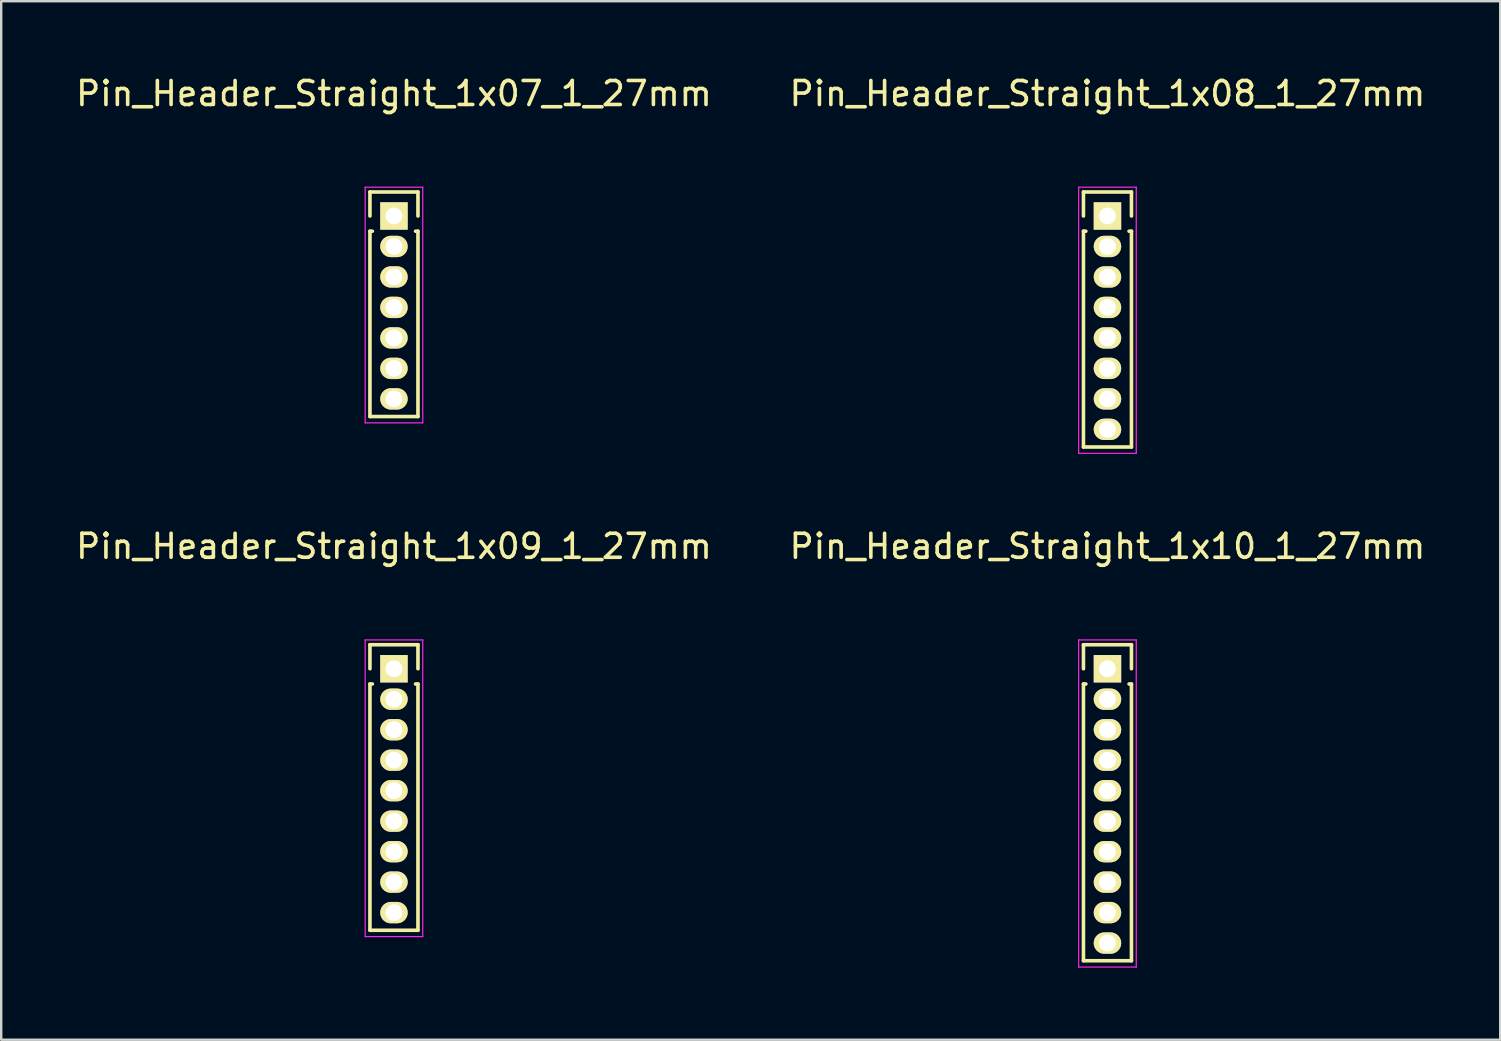
<source format=kicad_pcb>
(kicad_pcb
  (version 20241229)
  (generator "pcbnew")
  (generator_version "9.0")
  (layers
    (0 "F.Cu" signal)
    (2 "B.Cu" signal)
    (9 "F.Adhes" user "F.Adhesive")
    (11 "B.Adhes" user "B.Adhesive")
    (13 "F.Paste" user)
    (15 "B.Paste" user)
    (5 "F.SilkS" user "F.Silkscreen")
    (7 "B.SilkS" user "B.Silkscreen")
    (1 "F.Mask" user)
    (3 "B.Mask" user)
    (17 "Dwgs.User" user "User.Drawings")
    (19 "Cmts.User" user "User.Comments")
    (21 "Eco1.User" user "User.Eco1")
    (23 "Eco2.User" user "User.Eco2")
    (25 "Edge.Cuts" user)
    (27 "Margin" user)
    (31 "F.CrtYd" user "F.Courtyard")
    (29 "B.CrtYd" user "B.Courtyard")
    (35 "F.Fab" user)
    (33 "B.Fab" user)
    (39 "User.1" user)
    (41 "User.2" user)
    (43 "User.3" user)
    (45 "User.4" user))
  (footprint "Pin_Header_Straight_1x10_1_27mm"
    (layer "F.Cu")
    (at 43.089 24.811)
    (property "Reference" "Pin_Header_Straight_1x10_1_27mm" (at 0 -5.1 0) (layer "F.SilkS") (effects (font (size 1 1) (thickness 0.15))))
    (attr through_hole)
    (fp_line (start -1 -1) (end 1 -1) (stroke (width 0.15) (type solid)) (layer "F.SilkS"))
    (fp_line (start -1 0) (end -1 -1) (stroke (width 0.15) (type solid)) (layer "F.SilkS"))
    (fp_line (start -1 0.635) (end -1 12.165) (stroke (width 0.15) (type solid)) (layer "F.SilkS"))
    (fp_line (start -1 12.165) (end 1 12.165) (stroke (width 0.15) (type solid)) (layer "F.SilkS"))
    (fp_line (start -0.9 0.635) (end -1 0.635) (stroke (width 0.15) (type solid)) (layer "F.SilkS"))
    (fp_line (start 0.9 0.635) (end 1 0.635) (stroke (width 0.15) (type solid)) (layer "F.SilkS"))
    (fp_line (start 1 -1) (end 1 0) (stroke (width 0.15) (type solid)) (layer "F.SilkS"))
    (fp_line (start 1 0.635) (end 1 12.165) (stroke (width 0.15) (type solid)) (layer "F.SilkS"))
    (fp_line (start -1.2 -1.2) (end -1.2 12.43) (stroke (width 0.05) (type solid)) (layer "F.CrtYd"))
    (fp_line (start -1.2 -1.2) (end 1.2 -1.2) (stroke (width 0.05) (type solid)) (layer "F.CrtYd"))
    (fp_line (start -1.2 12.43) (end 1.2 12.43) (stroke (width 0.05) (type solid)) (layer "F.CrtYd"))
    (fp_line (start 1.2 -1.2) (end 1.2 12.43) (stroke (width 0.05) (type solid)) (layer "F.CrtYd"))
    (pad "1" thru_hole rect (at 0 0) (size 1.143 1.143) (drill 0.7) (layers "*.Cu" "*.Mask" "F.SilkS"))
    (pad "2" thru_hole oval (at 0 1.27) (size 1.143 0.889) (drill 0.7) (layers "*.Cu" "*.Mask" "F.SilkS"))
    (pad "3" thru_hole oval (at 0 2.54) (size 1.143 0.889) (drill 0.7) (layers "*.Cu" "*.Mask" "F.SilkS"))
    (pad "4" thru_hole oval (at 0 3.81) (size 1.143 0.889) (drill 0.7) (layers "*.Cu" "*.Mask" "F.SilkS"))
    (pad "5" thru_hole oval (at 0 5.08) (size 1.143 0.889) (drill 0.7) (layers "*.Cu" "*.Mask" "F.SilkS"))
    (pad "6" thru_hole oval (at 0 6.35) (size 1.143 0.889) (drill 0.7) (layers "*.Cu" "*.Mask" "F.SilkS"))
    (pad "7" thru_hole oval (at 0 7.62) (size 1.143 0.889) (drill 0.7) (layers "*.Cu" "*.Mask" "F.SilkS"))
    (pad "8" thru_hole oval (at 0 8.89) (size 1.143 0.889) (drill 0.7) (layers "*.Cu" "*.Mask" "F.SilkS"))
    (pad "9" thru_hole oval (at 0 10.16) (size 1.143 0.889) (drill 0.7) (layers "*.Cu" "*.Mask" "F.SilkS"))
    (pad "10" thru_hole oval (at 0 11.43) (size 1.143 0.889) (drill 0.7) (layers "*.Cu" "*.Mask" "F.SilkS")))
  (footprint "Pin_Header_Straight_1x09_1_27mm"
    (layer "F.Cu")
    (at 13.363 24.811)
    (property "Reference" "Pin_Header_Straight_1x09_1_27mm" (at 0 -5.1 0) (layer "F.SilkS") (effects (font (size 1 1) (thickness 0.15))))
    (attr through_hole)
    (fp_line (start -1 -1) (end 1 -1) (stroke (width 0.15) (type solid)) (layer "F.SilkS"))
    (fp_line (start -1 0) (end -1 -1) (stroke (width 0.15) (type solid)) (layer "F.SilkS"))
    (fp_line (start -1 0.635) (end -1 10.895) (stroke (width 0.15) (type solid)) (layer "F.SilkS"))
    (fp_line (start -1 10.895) (end 1 10.895) (stroke (width 0.15) (type solid)) (layer "F.SilkS"))
    (fp_line (start -0.9 0.635) (end -1 0.635) (stroke (width 0.15) (type solid)) (layer "F.SilkS"))
    (fp_line (start 0.9 0.635) (end 1 0.635) (stroke (width 0.15) (type solid)) (layer "F.SilkS"))
    (fp_line (start 1 -1) (end 1 0) (stroke (width 0.15) (type solid)) (layer "F.SilkS"))
    (fp_line (start 1 0.635) (end 1 10.895) (stroke (width 0.15) (type solid)) (layer "F.SilkS"))
    (fp_line (start -1.2 -1.2) (end -1.2 11.16) (stroke (width 0.05) (type solid)) (layer "F.CrtYd"))
    (fp_line (start -1.2 -1.2) (end 1.2 -1.2) (stroke (width 0.05) (type solid)) (layer "F.CrtYd"))
    (fp_line (start -1.2 11.16) (end 1.2 11.16) (stroke (width 0.05) (type solid)) (layer "F.CrtYd"))
    (fp_line (start 1.2 -1.2) (end 1.2 11.16) (stroke (width 0.05) (type solid)) (layer "F.CrtYd"))
    (pad "1" thru_hole rect (at 0 0) (size 1.143 1.143) (drill 0.7) (layers "*.Cu" "*.Mask" "F.SilkS"))
    (pad "2" thru_hole oval (at 0 1.27) (size 1.143 0.889) (drill 0.7) (layers "*.Cu" "*.Mask" "F.SilkS"))
    (pad "3" thru_hole oval (at 0 2.54) (size 1.143 0.889) (drill 0.7) (layers "*.Cu" "*.Mask" "F.SilkS"))
    (pad "4" thru_hole oval (at 0 3.81) (size 1.143 0.889) (drill 0.7) (layers "*.Cu" "*.Mask" "F.SilkS"))
    (pad "5" thru_hole oval (at 0 5.08) (size 1.143 0.889) (drill 0.7) (layers "*.Cu" "*.Mask" "F.SilkS"))
    (pad "6" thru_hole oval (at 0 6.35) (size 1.143 0.889) (drill 0.7) (layers "*.Cu" "*.Mask" "F.SilkS"))
    (pad "7" thru_hole oval (at 0 7.62) (size 1.143 0.889) (drill 0.7) (layers "*.Cu" "*.Mask" "F.SilkS"))
    (pad "8" thru_hole oval (at 0 8.89) (size 1.143 0.889) (drill 0.7) (layers "*.Cu" "*.Mask" "F.SilkS"))
    (pad "9" thru_hole oval (at 0 10.16) (size 1.143 0.889) (drill 0.7) (layers "*.Cu" "*.Mask" "F.SilkS")))
  (footprint "Pin_Header_Straight_1x07_1_27mm"
    (layer "F.Cu")
    (at 13.363 5.948)
    (property "Reference" "Pin_Header_Straight_1x07_1_27mm" (at 0 -5.1 0) (layer "F.SilkS") (effects (font (size 1 1) (thickness 0.15))))
    (attr through_hole)
    (fp_line (start -1 -1) (end 1 -1) (stroke (width 0.15) (type solid)) (layer "F.SilkS"))
    (fp_line (start -1 0) (end -1 -1) (stroke (width 0.15) (type solid)) (layer "F.SilkS"))
    (fp_line (start -1 0.635) (end -1 8.355) (stroke (width 0.15) (type solid)) (layer "F.SilkS"))
    (fp_line (start -1 8.355) (end 1 8.355) (stroke (width 0.15) (type solid)) (layer "F.SilkS"))
    (fp_line (start -0.9 0.635) (end -1 0.635) (stroke (width 0.15) (type solid)) (layer "F.SilkS"))
    (fp_line (start 0.9 0.635) (end 1 0.635) (stroke (width 0.15) (type solid)) (layer "F.SilkS"))
    (fp_line (start 1 -1) (end 1 0) (stroke (width 0.15) (type solid)) (layer "F.SilkS"))
    (fp_line (start 1 0.635) (end 1 8.355) (stroke (width 0.15) (type solid)) (layer "F.SilkS"))
    (fp_line (start -1.2 -1.2) (end -1.2 8.62) (stroke (width 0.05) (type solid)) (layer "F.CrtYd"))
    (fp_line (start -1.2 -1.2) (end 1.2 -1.2) (stroke (width 0.05) (type solid)) (layer "F.CrtYd"))
    (fp_line (start -1.2 8.62) (end 1.2 8.62) (stroke (width 0.05) (type solid)) (layer "F.CrtYd"))
    (fp_line (start 1.2 -1.2) (end 1.2 8.62) (stroke (width 0.05) (type solid)) (layer "F.CrtYd"))
    (pad "1" thru_hole rect (at 0 0) (size 1.143 1.143) (drill 0.7) (layers "*.Cu" "*.Mask" "F.SilkS"))
    (pad "2" thru_hole oval (at 0 1.27) (size 1.143 0.889) (drill 0.7) (layers "*.Cu" "*.Mask" "F.SilkS"))
    (pad "3" thru_hole oval (at 0 2.54) (size 1.143 0.889) (drill 0.7) (layers "*.Cu" "*.Mask" "F.SilkS"))
    (pad "4" thru_hole oval (at 0 3.81) (size 1.143 0.889) (drill 0.7) (layers "*.Cu" "*.Mask" "F.SilkS"))
    (pad "5" thru_hole oval (at 0 5.08) (size 1.143 0.889) (drill 0.7) (layers "*.Cu" "*.Mask" "F.SilkS"))
    (pad "6" thru_hole oval (at 0 6.35) (size 1.143 0.889) (drill 0.7) (layers "*.Cu" "*.Mask" "F.SilkS"))
    (pad "7" thru_hole oval (at 0 7.62) (size 1.143 0.889) (drill 0.7) (layers "*.Cu" "*.Mask" "F.SilkS")))
  (footprint "Pin_Header_Straight_1x08_1_27mm"
    (layer "F.Cu")
    (at 43.089 5.948)
    (property "Reference" "Pin_Header_Straight_1x08_1_27mm" (at 0 -5.1 0) (layer "F.SilkS") (effects (font (size 1 1) (thickness 0.15))))
    (attr through_hole)
    (fp_line (start -1 -1) (end 1 -1) (stroke (width 0.15) (type solid)) (layer "F.SilkS"))
    (fp_line (start -1 0) (end -1 -1) (stroke (width 0.15) (type solid)) (layer "F.SilkS"))
    (fp_line (start -1 0.635) (end -1 9.625) (stroke (width 0.15) (type solid)) (layer "F.SilkS"))
    (fp_line (start -1 9.625) (end 1 9.625) (stroke (width 0.15) (type solid)) (layer "F.SilkS"))
    (fp_line (start -0.9 0.635) (end -1 0.635) (stroke (width 0.15) (type solid)) (layer "F.SilkS"))
    (fp_line (start 0.9 0.635) (end 1 0.635) (stroke (width 0.15) (type solid)) (layer "F.SilkS"))
    (fp_line (start 1 -1) (end 1 0) (stroke (width 0.15) (type solid)) (layer "F.SilkS"))
    (fp_line (start 1 0.635) (end 1 9.625) (stroke (width 0.15) (type solid)) (layer "F.SilkS"))
    (fp_line (start -1.2 -1.2) (end -1.2 9.89) (stroke (width 0.05) (type solid)) (layer "F.CrtYd"))
    (fp_line (start -1.2 -1.2) (end 1.2 -1.2) (stroke (width 0.05) (type solid)) (layer "F.CrtYd"))
    (fp_line (start -1.2 9.89) (end 1.2 9.89) (stroke (width 0.05) (type solid)) (layer "F.CrtYd"))
    (fp_line (start 1.2 -1.2) (end 1.2 9.89) (stroke (width 0.05) (type solid)) (layer "F.CrtYd"))
    (pad "1" thru_hole rect (at 0 0) (size 1.143 1.143) (drill 0.7) (layers "*.Cu" "*.Mask" "F.SilkS"))
    (pad "2" thru_hole oval (at 0 1.27) (size 1.143 0.889) (drill 0.7) (layers "*.Cu" "*.Mask" "F.SilkS"))
    (pad "3" thru_hole oval (at 0 2.54) (size 1.143 0.889) (drill 0.7) (layers "*.Cu" "*.Mask" "F.SilkS"))
    (pad "4" thru_hole oval (at 0 3.81) (size 1.143 0.889) (drill 0.7) (layers "*.Cu" "*.Mask" "F.SilkS"))
    (pad "5" thru_hole oval (at 0 5.08) (size 1.143 0.889) (drill 0.7) (layers "*.Cu" "*.Mask" "F.SilkS"))
    (pad "6" thru_hole oval (at 0 6.35) (size 1.143 0.889) (drill 0.7) (layers "*.Cu" "*.Mask" "F.SilkS"))
    (pad "7" thru_hole oval (at 0 7.62) (size 1.143 0.889) (drill 0.7) (layers "*.Cu" "*.Mask" "F.SilkS"))
    (pad "8" thru_hole oval (at 0 8.89) (size 1.143 0.889) (drill 0.7) (layers "*.Cu" "*.Mask" "F.SilkS")))
  (gr_rect
    (start -3 -3)
    (end 59.452 40.267)
    (stroke (width 0.1) (type default))
    (fill no)
    (layer "Edge.Cuts")))
</source>
